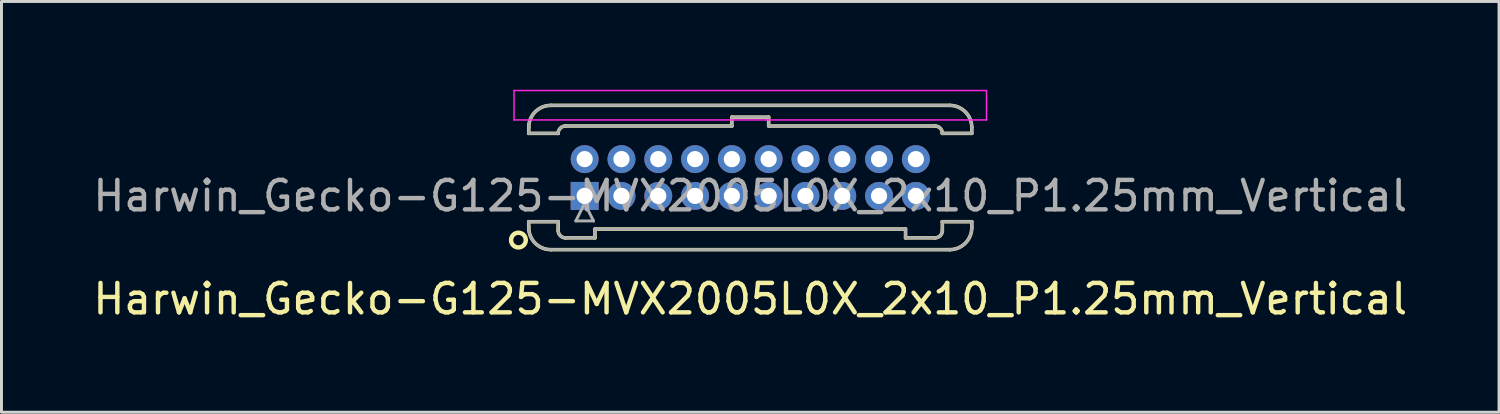
<source format=kicad_pcb>
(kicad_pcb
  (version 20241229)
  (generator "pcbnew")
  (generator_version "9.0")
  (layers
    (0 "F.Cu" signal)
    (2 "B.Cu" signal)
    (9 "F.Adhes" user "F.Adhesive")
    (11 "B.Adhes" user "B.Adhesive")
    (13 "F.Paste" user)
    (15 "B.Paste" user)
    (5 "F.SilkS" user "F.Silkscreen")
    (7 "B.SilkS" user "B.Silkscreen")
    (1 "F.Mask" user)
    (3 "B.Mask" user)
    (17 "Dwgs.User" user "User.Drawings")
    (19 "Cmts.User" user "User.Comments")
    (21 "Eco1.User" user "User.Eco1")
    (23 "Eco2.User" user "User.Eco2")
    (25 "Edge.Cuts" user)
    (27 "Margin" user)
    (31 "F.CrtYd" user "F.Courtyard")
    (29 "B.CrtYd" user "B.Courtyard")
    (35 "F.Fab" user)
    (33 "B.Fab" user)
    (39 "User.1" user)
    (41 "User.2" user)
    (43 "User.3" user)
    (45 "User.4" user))
  (footprint "Harwin_Gecko-G125-MVX2005L0X_2x10_P1.25mm_Vertical"
    (layer "F.Cu")
    (at 16.81 3.605)
    (property "Reference" "Harwin_Gecko-G125-MVX2005L0X_2x10_P1.25mm_Vertical" (at 5.625 3.5 0) (layer "F.SilkS") (effects (font (size 1 1) (thickness 0.15))))
    (attr through_hole)
    (fp_line (start -1.9 -2.325) (end -1.9 -2.125) (stroke (width 0.12) (type solid)) (layer "F.SilkS"))
    (fp_line (start -1.9 -2.125) (end -0.9 -2.125) (stroke (width 0.12) (type solid)) (layer "F.SilkS"))
    (fp_line (start -1.9 0.875) (end -0.9 0.875) (stroke (width 0.12) (type solid)) (layer "F.SilkS"))
    (fp_line (start -1.9 1.075) (end -1.9 0.875) (stroke (width 0.12) (type solid)) (layer "F.SilkS"))
    (fp_line (start -1.15 -3.075) (end 12.4 -3.075) (stroke (width 0.12) (type solid)) (layer "F.SilkS"))
    (fp_line (start -1.15 1.825) (end 12.4 1.825) (stroke (width 0.12) (type solid)) (layer "F.SilkS"))
    (fp_line (start -0.9 -2.125) (end -0.9 -2.125) (stroke (width 0.12) (type solid)) (layer "F.SilkS"))
    (fp_line (start -0.9 0.875) (end -0.9 0.875) (stroke (width 0.12) (type solid)) (layer "F.SilkS"))
    (fp_line (start -0.9 1.175) (end -0.9 0.875) (stroke (width 0.12) (type solid)) (layer "F.SilkS"))
    (fp_line (start -0.65 -2.375) (end 5 -2.375) (stroke (width 0.12) (type solid)) (layer "F.SilkS"))
    (fp_line (start -0.65 1.425) (end 0.35 1.425) (stroke (width 0.12) (type solid)) (layer "F.SilkS"))
    (fp_line (start 0.35 1.125) (end 10.9 1.125) (stroke (width 0.12) (type solid)) (layer "F.SilkS"))
    (fp_line (start 0.35 1.425) (end 0.35 1.125) (stroke (width 0.12) (type solid)) (layer "F.SilkS"))
    (fp_line (start 5 -2.675) (end 6.25 -2.675) (stroke (width 0.12) (type solid)) (layer "F.SilkS"))
    (fp_line (start 5 -2.375) (end 5 -2.675) (stroke (width 0.12) (type solid)) (layer "F.SilkS"))
    (fp_line (start 6.25 -2.675) (end 6.25 -2.375) (stroke (width 0.12) (type solid)) (layer "F.SilkS"))
    (fp_line (start 6.25 -2.375) (end 11.9 -2.375) (stroke (width 0.12) (type solid)) (layer "F.SilkS"))
    (fp_line (start 10.9 1.125) (end 10.9 1.425) (stroke (width 0.12) (type solid)) (layer "F.SilkS"))
    (fp_line (start 10.9 1.425) (end 11.9 1.425) (stroke (width 0.12) (type solid)) (layer "F.SilkS"))
    (fp_line (start 12.15 -2.125) (end 12.15 -2.125) (stroke (width 0.12) (type solid)) (layer "F.SilkS"))
    (fp_line (start 12.15 0.875) (end 12.15 0.875) (stroke (width 0.12) (type solid)) (layer "F.SilkS"))
    (fp_line (start 12.15 1.175) (end 12.15 0.875) (stroke (width 0.12) (type solid)) (layer "F.SilkS"))
    (fp_line (start 13.15 -2.325) (end 13.15 -2.125) (stroke (width 0.12) (type solid)) (layer "F.SilkS"))
    (fp_line (start 13.15 -2.125) (end 12.15 -2.125) (stroke (width 0.12) (type solid)) (layer "F.SilkS"))
    (fp_line (start 13.15 0.875) (end 12.15 0.875) (stroke (width 0.12) (type solid)) (layer "F.SilkS"))
    (fp_line (start 13.15 1.075) (end 13.15 0.875) (stroke (width 0.12) (type solid)) (layer "F.SilkS"))
    (fp_arc (start -1.9 -2.325) (mid -1.68033 -2.85533) (end -1.15 -3.075) (stroke (width 0.12) (type solid)) (layer "F.SilkS"))
    (fp_arc (start -1.15 1.825) (mid -1.68033 1.60533) (end -1.9 1.075) (stroke (width 0.12) (type solid)) (layer "F.SilkS"))
    (fp_arc (start -0.9 -2.125) (mid -0.826777 -2.301777) (end -0.65 -2.375) (stroke (width 0.12) (type solid)) (layer "F.SilkS"))
    (fp_arc (start -0.65 1.425) (mid -0.826777 1.351777) (end -0.9 1.175) (stroke (width 0.12) (type solid)) (layer "F.SilkS"))
    (fp_arc (start 11.9 -2.375) (mid 12.076777 -2.301777) (end 12.15 -2.125) (stroke (width 0.12) (type solid)) (layer "F.SilkS"))
    (fp_arc (start 12.15 1.175) (mid 12.076777 1.351777) (end 11.9 1.425) (stroke (width 0.12) (type solid)) (layer "F.SilkS"))
    (fp_arc (start 12.4 -3.075) (mid 12.93033 -2.85533) (end 13.15 -2.325) (stroke (width 0.12) (type solid)) (layer "F.SilkS"))
    (fp_arc (start 13.15 1.075) (mid 12.93033 1.60533) (end 12.4 1.825) (stroke (width 0.12) (type solid)) (layer "F.SilkS"))
    (fp_circle (center -2.25 1.5) (end -2 1.5) (stroke (width 0.15) (type solid)) (fill no) (layer "F.SilkS"))
    (fp_line (start -2.4 -3.58) (end -2.4 -2.58) (stroke (width 0.05) (type solid)) (layer "F.CrtYd"))
    (fp_line (start -2.4 -2.58) (end 13.65 -2.58) (stroke (width 0.05) (type solid)) (layer "F.CrtYd"))
    (fp_line (start 13.65 -3.58) (end -2.4 -3.58) (stroke (width 0.05) (type solid)) (layer "F.CrtYd"))
    (fp_line (start 13.65 -2.58) (end 13.65 -3.58) (stroke (width 0.05) (type solid)) (layer "F.CrtYd"))
    (fp_line (start -1.9 -2.325) (end -1.9 -2.125) (stroke (width 0.1) (type solid)) (layer "F.Fab"))
    (fp_line (start -1.9 -2.125) (end -0.9 -2.125) (stroke (width 0.1) (type solid)) (layer "F.Fab"))
    (fp_line (start -1.9 0.875) (end -0.9 0.875) (stroke (width 0.1) (type solid)) (layer "F.Fab"))
    (fp_line (start -1.9 1.075) (end -1.9 0.875) (stroke (width 0.1) (type solid)) (layer "F.Fab"))
    (fp_line (start -1.15 -3.075) (end 12.4 -3.075) (stroke (width 0.1) (type solid)) (layer "F.Fab"))
    (fp_line (start -1.15 1.825) (end 12.4 1.825) (stroke (width 0.1) (type solid)) (layer "F.Fab"))
    (fp_line (start -0.9 -2.125) (end -0.9 -2.125) (stroke (width 0.1) (type solid)) (layer "F.Fab"))
    (fp_line (start -0.9 0.875) (end -0.9 0.875) (stroke (width 0.1) (type solid)) (layer "F.Fab"))
    (fp_line (start -0.9 1.175) (end -0.9 0.875) (stroke (width 0.1) (type solid)) (layer "F.Fab"))
    (fp_line (start -0.65 -2.375) (end 5 -2.375) (stroke (width 0.1) (type solid)) (layer "F.Fab"))
    (fp_line (start -0.65 1.425) (end 0.35 1.425) (stroke (width 0.1) (type solid)) (layer "F.Fab"))
    (fp_line (start -0.3 0.85) (end 0.3 0.85) (stroke (width 0.1) (type solid)) (layer "F.Fab"))
    (fp_line (start 0 0.25) (end -0.3 0.85) (stroke (width 0.1) (type solid)) (layer "F.Fab"))
    (fp_line (start 0.3 0.85) (end 0 0.25) (stroke (width 0.1) (type solid)) (layer "F.Fab"))
    (fp_line (start 0.35 1.125) (end 10.9 1.125) (stroke (width 0.1) (type solid)) (layer "F.Fab"))
    (fp_line (start 0.35 1.425) (end 0.35 1.125) (stroke (width 0.1) (type solid)) (layer "F.Fab"))
    (fp_line (start 5 -2.675) (end 6.25 -2.675) (stroke (width 0.1) (type solid)) (layer "F.Fab"))
    (fp_line (start 5 -2.375) (end 5 -2.675) (stroke (width 0.1) (type solid)) (layer "F.Fab"))
    (fp_line (start 6.25 -2.675) (end 6.25 -2.375) (stroke (width 0.1) (type solid)) (layer "F.Fab"))
    (fp_line (start 6.25 -2.375) (end 11.9 -2.375) (stroke (width 0.1) (type solid)) (layer "F.Fab"))
    (fp_line (start 10.9 1.125) (end 10.9 1.425) (stroke (width 0.1) (type solid)) (layer "F.Fab"))
    (fp_line (start 10.9 1.425) (end 11.9 1.425) (stroke (width 0.1) (type solid)) (layer "F.Fab"))
    (fp_line (start 12.15 -2.125) (end 12.15 -2.125) (stroke (width 0.1) (type solid)) (layer "F.Fab"))
    (fp_line (start 12.15 0.875) (end 12.15 0.875) (stroke (width 0.1) (type solid)) (layer "F.Fab"))
    (fp_line (start 12.15 1.175) (end 12.15 0.875) (stroke (width 0.1) (type solid)) (layer "F.Fab"))
    (fp_line (start 13.15 -2.325) (end 13.15 -2.125) (stroke (width 0.1) (type solid)) (layer "F.Fab"))
    (fp_line (start 13.15 -2.125) (end 12.15 -2.125) (stroke (width 0.1) (type solid)) (layer "F.Fab"))
    (fp_line (start 13.15 0.875) (end 12.15 0.875) (stroke (width 0.1) (type solid)) (layer "F.Fab"))
    (fp_line (start 13.15 1.075) (end 13.15 0.875) (stroke (width 0.1) (type solid)) (layer "F.Fab"))
    (fp_arc (start -1.9 -2.325) (mid -1.68033 -2.85533) (end -1.15 -3.075) (stroke (width 0.1) (type solid)) (layer "F.Fab"))
    (fp_arc (start -1.15 1.825) (mid -1.68033 1.60533) (end -1.9 1.075) (stroke (width 0.1) (type solid)) (layer "F.Fab"))
    (fp_arc (start -0.9 -2.125) (mid -0.826777 -2.301777) (end -0.65 -2.375) (stroke (width 0.1) (type solid)) (layer "F.Fab"))
    (fp_arc (start -0.65 1.425) (mid -0.826777 1.351777) (end -0.9 1.175) (stroke (width 0.1) (type solid)) (layer "F.Fab"))
    (fp_arc (start 11.9 -2.375) (mid 12.076777 -2.301777) (end 12.15 -2.125) (stroke (width 0.1) (type solid)) (layer "F.Fab"))
    (fp_arc (start 12.15 1.175) (mid 12.076777 1.351777) (end 11.9 1.425) (stroke (width 0.1) (type solid)) (layer "F.Fab"))
    (fp_arc (start 12.4 -3.075) (mid 12.93033 -2.85533) (end 13.15 -2.325) (stroke (width 0.1) (type solid)) (layer "F.Fab"))
    (fp_arc (start 13.15 1.075) (mid 12.93033 1.60533) (end 12.4 1.825) (stroke (width 0.1) (type solid)) (layer "F.Fab"))
    (fp_text user "${REFERENCE}" (at 5.625 0 0) (layer "F.Fab") (effects (font (size 1 1) (thickness 0.15))))
    (pad "1" thru_hole rect (at 0 0) (size 0.95 0.95) (drill 0.55) (layers "*.Cu" "*.Mask"))
    (pad "2" thru_hole circle (at 0 -1.25) (size 0.95 0.95) (drill 0.55) (layers "*.Cu" "*.Mask"))
    (pad "3" thru_hole circle (at 1.25 0) (size 0.95 0.95) (drill 0.55) (layers "*.Cu" "*.Mask"))
    (pad "4" thru_hole circle (at 1.25 -1.25) (size 0.95 0.95) (drill 0.55) (layers "*.Cu" "*.Mask"))
    (pad "5" thru_hole circle (at 2.5 0) (size 0.95 0.95) (drill 0.55) (layers "*.Cu" "*.Mask"))
    (pad "6" thru_hole circle (at 2.5 -1.25) (size 0.95 0.95) (drill 0.55) (layers "*.Cu" "*.Mask"))
    (pad "7" thru_hole circle (at 3.75 0) (size 0.95 0.95) (drill 0.55) (layers "*.Cu" "*.Mask"))
    (pad "8" thru_hole circle (at 3.75 -1.25) (size 0.95 0.95) (drill 0.55) (layers "*.Cu" "*.Mask"))
    (pad "9" thru_hole circle (at 5 0) (size 0.95 0.95) (drill 0.55) (layers "*.Cu" "*.Mask"))
    (pad "10" thru_hole circle (at 5 -1.25) (size 0.95 0.95) (drill 0.55) (layers "*.Cu" "*.Mask"))
    (pad "11" thru_hole circle (at 6.25 0) (size 0.95 0.95) (drill 0.55) (layers "*.Cu" "*.Mask"))
    (pad "12" thru_hole circle (at 6.25 -1.25) (size 0.95 0.95) (drill 0.55) (layers "*.Cu" "*.Mask"))
    (pad "13" thru_hole circle (at 7.5 0) (size 0.95 0.95) (drill 0.55) (layers "*.Cu" "*.Mask"))
    (pad "14" thru_hole circle (at 7.5 -1.25) (size 0.95 0.95) (drill 0.55) (layers "*.Cu" "*.Mask"))
    (pad "15" thru_hole circle (at 8.75 0) (size 0.95 0.95) (drill 0.55) (layers "*.Cu" "*.Mask"))
    (pad "16" thru_hole circle (at 8.75 -1.25) (size 0.95 0.95) (drill 0.55) (layers "*.Cu" "*.Mask"))
    (pad "17" thru_hole circle (at 10 0) (size 0.95 0.95) (drill 0.55) (layers "*.Cu" "*.Mask"))
    (pad "18" thru_hole circle (at 10 -1.25) (size 0.95 0.95) (drill 0.55) (layers "*.Cu" "*.Mask"))
    (pad "19" thru_hole circle (at 11.25 0) (size 0.95 0.95) (drill 0.55) (layers "*.Cu" "*.Mask"))
    (pad "20" thru_hole circle (at 11.25 -1.25) (size 0.95 0.95) (drill 0.55) (layers "*.Cu" "*.Mask")))
  (gr_rect
    (start -3 -3)
    (end 47.869 10.953)
    (stroke (width 0.1) (type default))
    (fill no)
    (layer "Edge.Cuts")))
</source>
